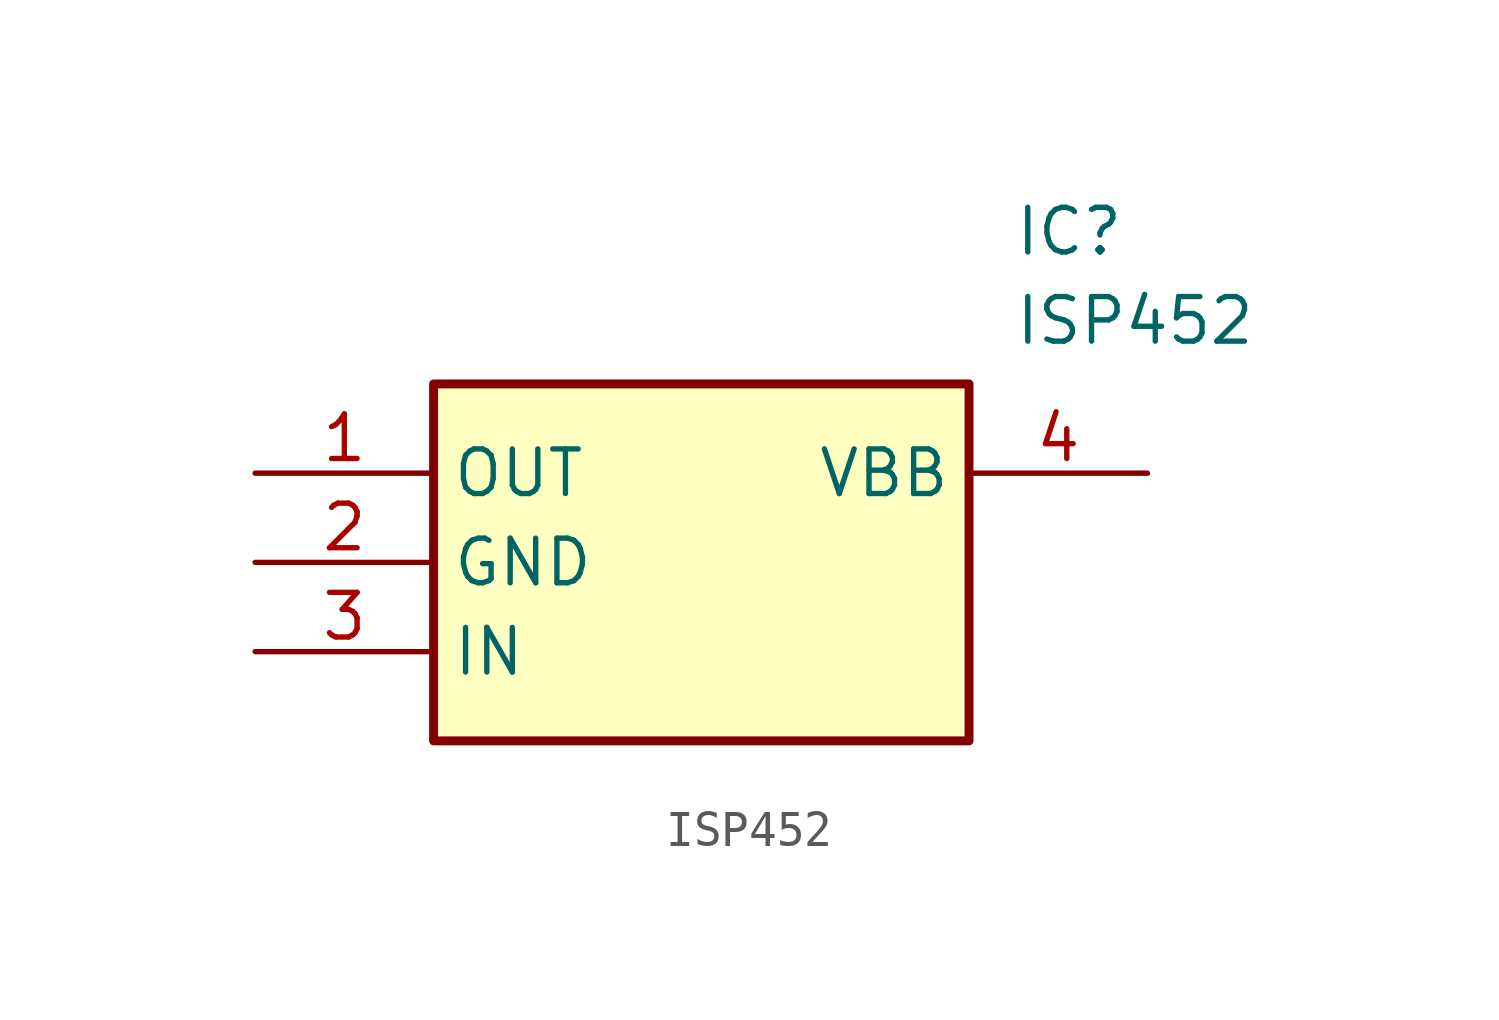
<source format=kicad_sym>
(kicad_symbol_lib
  (version 20241209)
  (generator "kicad_symbol_editor")
  (generator_version "9.0")
  (symbol "ISP452"
    (property "Reference" "IC"
      (at 21.59 7.62 0)
      (effects (font (size 1.27 1.27)) (justify left top)))
    (property "Value" "ISP452"
      (at 21.59 5.08 0)
      (effects (font (size 1.27 1.27)) (justify left top)))
    (symbol "ISP452_1_1"
      (rectangle (start 5.08 2.54) (end 20.32 -7.62) (stroke (width 0.254) (type default)) (fill (type background)))
      (pin output line (at 0 0 0) (length 5.08) (name "OUT" (effects (font (size 1.27 1.27)))) (number "1" (effects (font (size 1.27 1.27)))))
      (pin power_in line (at 0 -2.54 0) (length 5.08) (name "GND" (effects (font (size 1.27 1.27)))) (number "2" (effects (font (size 1.27 1.27)))))
      (pin input line (at 0 -5.08 0) (length 5.08) (name "IN" (effects (font (size 1.27 1.27)))) (number "3" (effects (font (size 1.27 1.27)))))
      (pin passive line (at 25.4 0 180) (length 5.08) (name "VBB" (effects (font (size 1.27 1.27)))) (number "4" (effects (font (size 1.27 1.27))))))))
</source>
